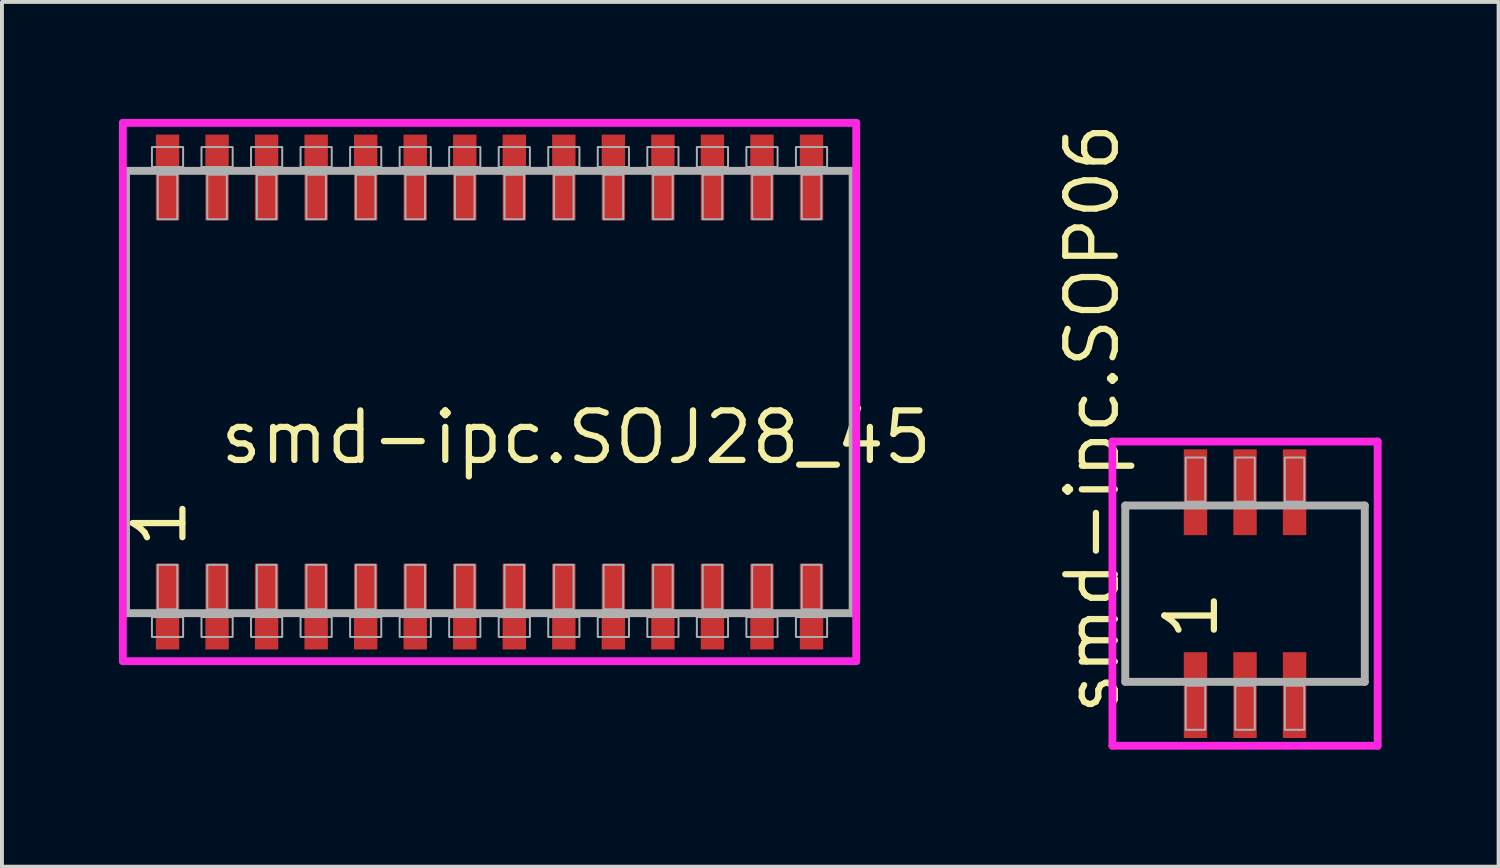
<source format=kicad_pcb>
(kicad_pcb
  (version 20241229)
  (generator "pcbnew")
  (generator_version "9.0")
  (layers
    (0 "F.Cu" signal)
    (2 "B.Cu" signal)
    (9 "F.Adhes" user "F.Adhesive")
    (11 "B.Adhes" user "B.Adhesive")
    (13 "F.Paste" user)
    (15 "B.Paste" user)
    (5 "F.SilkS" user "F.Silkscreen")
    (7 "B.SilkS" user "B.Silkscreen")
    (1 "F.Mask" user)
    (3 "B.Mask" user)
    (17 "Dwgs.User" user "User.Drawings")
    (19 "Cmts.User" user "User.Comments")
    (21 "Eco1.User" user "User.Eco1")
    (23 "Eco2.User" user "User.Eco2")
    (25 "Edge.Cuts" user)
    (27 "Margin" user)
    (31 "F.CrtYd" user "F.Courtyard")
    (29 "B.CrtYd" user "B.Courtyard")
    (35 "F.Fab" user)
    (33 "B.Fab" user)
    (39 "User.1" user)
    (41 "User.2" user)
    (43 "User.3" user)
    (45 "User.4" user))
  (footprint "smd-ipc.SOP06"
    (layer "F.Cu")
    (at 28.869 12.17)
    (property "Reference" "smd-ipc.SOP06" (at -3.175 3.175 90) (layer "F.SilkS") (effects (font (size 1.27 1.27) (thickness 0.16)) (justify left bottom)))
    (attr smd)
    (fp_line (start -3.4 -3.9) (end 3.4 -3.9) (stroke (width 0.2) (type default)) (layer "F.CrtYd"))
    (fp_line (start -3.4 3.9) (end -3.4 -3.9) (stroke (width 0.2) (type default)) (layer "F.CrtYd"))
    (fp_line (start 3.4 -3.9) (end 3.4 3.9) (stroke (width 0.2) (type default)) (layer "F.CrtYd"))
    (fp_line (start 3.4 3.9) (end -3.4 3.9) (stroke (width 0.2) (type default)) (layer "F.CrtYd"))
    (fp_line (start -3.07 -2.26) (end 3.07 -2.26) (stroke (width 0.203) (type default)) (layer "F.Fab"))
    (fp_line (start -3.07 2.26) (end -3.07 -2.26) (stroke (width 0.203) (type default)) (layer "F.Fab"))
    (fp_line (start 3.07 -2.26) (end 3.07 2.26) (stroke (width 0.203) (type default)) (layer "F.Fab"))
    (fp_line (start 3.07 2.26) (end -3.07 2.26) (stroke (width 0.203) (type default)) (layer "F.Fab"))
    (fp_rect (start -1.52 -2.36) (end -1.02 -3.49) (stroke (width 0.05) (type default)) (fill no) (layer "F.Fab"))
    (fp_rect (start -1.52 3.49) (end -1.02 2.36) (stroke (width 0.05) (type default)) (fill no) (layer "F.Fab"))
    (fp_rect (start -0.25 -2.36) (end 0.25 -3.49) (stroke (width 0.05) (type default)) (fill no) (layer "F.Fab"))
    (fp_rect (start -0.25 3.49) (end 0.25 2.36) (stroke (width 0.05) (type default)) (fill no) (layer "F.Fab"))
    (fp_rect (start 1.02 -2.36) (end 1.52 -3.49) (stroke (width 0.05) (type default)) (fill no) (layer "F.Fab"))
    (fp_rect (start 1.02 3.49) (end 1.52 2.36) (stroke (width 0.05) (type default)) (fill no) (layer "F.Fab"))
    (fp_text user "1" (at -0.635 1.27 90) (layer "F.SilkS") (effects (font (size 1.27 1.27) (thickness 0.16)) (justify left bottom)))
    (pad "1" smd roundrect (at -1.27 2.6) (size 0.6 2.2) (layers "F.Cu" "F.Mask" "F.Paste") (roundrect_rratio 0.01))
    (pad "2" smd roundrect (at 0 2.6) (size 0.6 2.2) (layers "F.Cu" "F.Mask" "F.Paste") (roundrect_rratio 0.01))
    (pad "3" smd roundrect (at 1.27 2.6) (size 0.6 2.2) (layers "F.Cu" "F.Mask" "F.Paste") (roundrect_rratio 0.01))
    (pad "4" smd roundrect (at 1.27 -2.6) (size 0.6 2.2) (layers "F.Cu" "F.Mask" "F.Paste") (roundrect_rratio 0.01))
    (pad "5" smd roundrect (at 0 -2.6) (size 0.6 2.2) (layers "F.Cu" "F.Mask" "F.Paste") (roundrect_rratio 0.01))
    (pad "6" smd roundrect (at -1.27 -2.6) (size 0.6 2.2) (layers "F.Cu" "F.Mask" "F.Paste") (roundrect_rratio 0.01)))
  (footprint "smd-ipc.SOJ28_45"
    (layer "F.Cu")
    (at 9.5 7)
    (property "Reference" "smd-ipc.SOJ28_45" (at -6.985 1.905 0) (layer "F.SilkS") (effects (font (size 1.27 1.27) (thickness 0.16)) (justify left bottom)))
    (attr smd)
    (fp_line (start -9.4 -6.9) (end 9.4 -6.9) (stroke (width 0.2) (type default)) (layer "F.CrtYd"))
    (fp_line (start -9.4 6.9) (end -9.4 -6.9) (stroke (width 0.2) (type default)) (layer "F.CrtYd"))
    (fp_line (start 9.4 -6.9) (end 9.4 6.9) (stroke (width 0.2) (type default)) (layer "F.CrtYd"))
    (fp_line (start 9.4 6.9) (end -9.4 6.9) (stroke (width 0.2) (type default)) (layer "F.CrtYd"))
    (fp_line (start -9.32 -5.67) (end 9.31 -5.67) (stroke (width 0.203) (type default)) (layer "F.Fab"))
    (fp_line (start -9.32 5.67) (end -9.32 -5.67) (stroke (width 0.203) (type default)) (layer "F.Fab"))
    (fp_line (start 9.31 -5.67) (end 9.31 5.67) (stroke (width 0.203) (type default)) (layer "F.Fab"))
    (fp_line (start 9.31 5.67) (end -9.32 5.67) (stroke (width 0.203) (type default)) (layer "F.Fab"))
    (fp_rect (start -8.655 -5.77) (end -7.855 -6.28) (stroke (width 0.05) (type default)) (fill no) (layer "F.Fab"))
    (fp_rect (start -8.655 6.28) (end -7.855 5.77) (stroke (width 0.05) (type default)) (fill no) (layer "F.Fab"))
    (fp_rect (start -8.505 -4.43) (end -8.005 -5.57) (stroke (width 0.05) (type default)) (fill no) (layer "F.Fab"))
    (fp_rect (start -8.505 5.57) (end -8.005 4.43) (stroke (width 0.05) (type default)) (fill no) (layer "F.Fab"))
    (fp_rect (start -7.385 -5.77) (end -6.585 -6.28) (stroke (width 0.05) (type default)) (fill no) (layer "F.Fab"))
    (fp_rect (start -7.385 6.28) (end -6.585 5.77) (stroke (width 0.05) (type default)) (fill no) (layer "F.Fab"))
    (fp_rect (start -7.235 -4.43) (end -6.735 -5.57) (stroke (width 0.05) (type default)) (fill no) (layer "F.Fab"))
    (fp_rect (start -7.235 5.57) (end -6.735 4.43) (stroke (width 0.05) (type default)) (fill no) (layer "F.Fab"))
    (fp_rect (start -6.115 -5.77) (end -5.315 -6.28) (stroke (width 0.05) (type default)) (fill no) (layer "F.Fab"))
    (fp_rect (start -6.115 6.28) (end -5.315 5.77) (stroke (width 0.05) (type default)) (fill no) (layer "F.Fab"))
    (fp_rect (start -5.965 -4.43) (end -5.465 -5.57) (stroke (width 0.05) (type default)) (fill no) (layer "F.Fab"))
    (fp_rect (start -5.965 5.57) (end -5.465 4.43) (stroke (width 0.05) (type default)) (fill no) (layer "F.Fab"))
    (fp_rect (start -4.845 -5.77) (end -4.045 -6.28) (stroke (width 0.05) (type default)) (fill no) (layer "F.Fab"))
    (fp_rect (start -4.845 6.28) (end -4.045 5.77) (stroke (width 0.05) (type default)) (fill no) (layer "F.Fab"))
    (fp_rect (start -4.695 -4.43) (end -4.195 -5.57) (stroke (width 0.05) (type default)) (fill no) (layer "F.Fab"))
    (fp_rect (start -4.695 5.57) (end -4.195 4.43) (stroke (width 0.05) (type default)) (fill no) (layer "F.Fab"))
    (fp_rect (start -3.575 -5.77) (end -2.775 -6.28) (stroke (width 0.05) (type default)) (fill no) (layer "F.Fab"))
    (fp_rect (start -3.575 6.28) (end -2.775 5.77) (stroke (width 0.05) (type default)) (fill no) (layer "F.Fab"))
    (fp_rect (start -3.425 -4.43) (end -2.925 -5.57) (stroke (width 0.05) (type default)) (fill no) (layer "F.Fab"))
    (fp_rect (start -3.425 5.57) (end -2.925 4.43) (stroke (width 0.05) (type default)) (fill no) (layer "F.Fab"))
    (fp_rect (start -2.305 -5.77) (end -1.505 -6.28) (stroke (width 0.05) (type default)) (fill no) (layer "F.Fab"))
    (fp_rect (start -2.305 6.28) (end -1.505 5.77) (stroke (width 0.05) (type default)) (fill no) (layer "F.Fab"))
    (fp_rect (start -2.155 -4.43) (end -1.655 -5.57) (stroke (width 0.05) (type default)) (fill no) (layer "F.Fab"))
    (fp_rect (start -2.155 5.57) (end -1.655 4.43) (stroke (width 0.05) (type default)) (fill no) (layer "F.Fab"))
    (fp_rect (start -1.035 -5.77) (end -0.235 -6.28) (stroke (width 0.05) (type default)) (fill no) (layer "F.Fab"))
    (fp_rect (start -1.035 6.28) (end -0.235 5.77) (stroke (width 0.05) (type default)) (fill no) (layer "F.Fab"))
    (fp_rect (start -0.885 -4.43) (end -0.385 -5.57) (stroke (width 0.05) (type default)) (fill no) (layer "F.Fab"))
    (fp_rect (start -0.885 5.57) (end -0.385 4.43) (stroke (width 0.05) (type default)) (fill no) (layer "F.Fab"))
    (fp_rect (start 0.235 -5.77) (end 1.035 -6.28) (stroke (width 0.05) (type default)) (fill no) (layer "F.Fab"))
    (fp_rect (start 0.235 6.28) (end 1.035 5.77) (stroke (width 0.05) (type default)) (fill no) (layer "F.Fab"))
    (fp_rect (start 0.385 -4.43) (end 0.885 -5.57) (stroke (width 0.05) (type default)) (fill no) (layer "F.Fab"))
    (fp_rect (start 0.385 5.57) (end 0.885 4.43) (stroke (width 0.05) (type default)) (fill no) (layer "F.Fab"))
    (fp_rect (start 1.505 -5.77) (end 2.305 -6.28) (stroke (width 0.05) (type default)) (fill no) (layer "F.Fab"))
    (fp_rect (start 1.505 6.28) (end 2.305 5.77) (stroke (width 0.05) (type default)) (fill no) (layer "F.Fab"))
    (fp_rect (start 1.655 -4.43) (end 2.155 -5.57) (stroke (width 0.05) (type default)) (fill no) (layer "F.Fab"))
    (fp_rect (start 1.655 5.57) (end 2.155 4.43) (stroke (width 0.05) (type default)) (fill no) (layer "F.Fab"))
    (fp_rect (start 2.775 -5.77) (end 3.575 -6.28) (stroke (width 0.05) (type default)) (fill no) (layer "F.Fab"))
    (fp_rect (start 2.775 6.28) (end 3.575 5.77) (stroke (width 0.05) (type default)) (fill no) (layer "F.Fab"))
    (fp_rect (start 2.925 -4.43) (end 3.425 -5.57) (stroke (width 0.05) (type default)) (fill no) (layer "F.Fab"))
    (fp_rect (start 2.925 5.57) (end 3.425 4.43) (stroke (width 0.05) (type default)) (fill no) (layer "F.Fab"))
    (fp_rect (start 4.045 -5.77) (end 4.845 -6.28) (stroke (width 0.05) (type default)) (fill no) (layer "F.Fab"))
    (fp_rect (start 4.045 6.28) (end 4.845 5.77) (stroke (width 0.05) (type default)) (fill no) (layer "F.Fab"))
    (fp_rect (start 4.195 -4.43) (end 4.695 -5.57) (stroke (width 0.05) (type default)) (fill no) (layer "F.Fab"))
    (fp_rect (start 4.195 5.57) (end 4.695 4.43) (stroke (width 0.05) (type default)) (fill no) (layer "F.Fab"))
    (fp_rect (start 5.315 -5.77) (end 6.115 -6.28) (stroke (width 0.05) (type default)) (fill no) (layer "F.Fab"))
    (fp_rect (start 5.315 6.28) (end 6.115 5.77) (stroke (width 0.05) (type default)) (fill no) (layer "F.Fab"))
    (fp_rect (start 5.465 -4.43) (end 5.965 -5.57) (stroke (width 0.05) (type default)) (fill no) (layer "F.Fab"))
    (fp_rect (start 5.465 5.57) (end 5.965 4.43) (stroke (width 0.05) (type default)) (fill no) (layer "F.Fab"))
    (fp_rect (start 6.585 -5.77) (end 7.385 -6.28) (stroke (width 0.05) (type default)) (fill no) (layer "F.Fab"))
    (fp_rect (start 6.585 6.28) (end 7.385 5.77) (stroke (width 0.05) (type default)) (fill no) (layer "F.Fab"))
    (fp_rect (start 6.735 -4.43) (end 7.235 -5.57) (stroke (width 0.05) (type default)) (fill no) (layer "F.Fab"))
    (fp_rect (start 6.735 5.57) (end 7.235 4.43) (stroke (width 0.05) (type default)) (fill no) (layer "F.Fab"))
    (fp_rect (start 7.855 -5.77) (end 8.655 -6.28) (stroke (width 0.05) (type default)) (fill no) (layer "F.Fab"))
    (fp_rect (start 7.855 6.28) (end 8.655 5.77) (stroke (width 0.05) (type default)) (fill no) (layer "F.Fab"))
    (fp_rect (start 8.005 -4.43) (end 8.505 -5.57) (stroke (width 0.05) (type default)) (fill no) (layer "F.Fab"))
    (fp_rect (start 8.005 5.57) (end 8.505 4.43) (stroke (width 0.05) (type default)) (fill no) (layer "F.Fab"))
    (fp_text user "1" (at -7.71 4.07 90) (layer "F.SilkS") (effects (font (size 1.27 1.27) (thickness 0.16)) (justify left bottom)))
    (pad "1" smd roundrect (at -8.255 5.5) (size 0.6 2.2) (layers "F.Cu" "F.Mask" "F.Paste") (roundrect_rratio 0.01))
    (pad "2" smd roundrect (at -6.985 5.5) (size 0.6 2.2) (layers "F.Cu" "F.Mask" "F.Paste") (roundrect_rratio 0.01))
    (pad "3" smd roundrect (at -5.715 5.5) (size 0.6 2.2) (layers "F.Cu" "F.Mask" "F.Paste") (roundrect_rratio 0.01))
    (pad "4" smd roundrect (at -4.445 5.5) (size 0.6 2.2) (layers "F.Cu" "F.Mask" "F.Paste") (roundrect_rratio 0.01))
    (pad "5" smd roundrect (at -3.175 5.5) (size 0.6 2.2) (layers "F.Cu" "F.Mask" "F.Paste") (roundrect_rratio 0.01))
    (pad "6" smd roundrect (at -1.905 5.5) (size 0.6 2.2) (layers "F.Cu" "F.Mask" "F.Paste") (roundrect_rratio 0.01))
    (pad "7" smd roundrect (at -0.635 5.5) (size 0.6 2.2) (layers "F.Cu" "F.Mask" "F.Paste") (roundrect_rratio 0.01))
    (pad "8" smd roundrect (at 0.635 5.5) (size 0.6 2.2) (layers "F.Cu" "F.Mask" "F.Paste") (roundrect_rratio 0.01))
    (pad "9" smd roundrect (at 1.905 5.5) (size 0.6 2.2) (layers "F.Cu" "F.Mask" "F.Paste") (roundrect_rratio 0.01))
    (pad "10" smd roundrect (at 3.175 5.5) (size 0.6 2.2) (layers "F.Cu" "F.Mask" "F.Paste") (roundrect_rratio 0.01))
    (pad "11" smd roundrect (at 4.445 5.5) (size 0.6 2.2) (layers "F.Cu" "F.Mask" "F.Paste") (roundrect_rratio 0.01))
    (pad "12" smd roundrect (at 5.715 5.5) (size 0.6 2.2) (layers "F.Cu" "F.Mask" "F.Paste") (roundrect_rratio 0.01))
    (pad "13" smd roundrect (at 6.985 5.5) (size 0.6 2.2) (layers "F.Cu" "F.Mask" "F.Paste") (roundrect_rratio 0.01))
    (pad "14" smd roundrect (at 8.255 5.5) (size 0.6 2.2) (layers "F.Cu" "F.Mask" "F.Paste") (roundrect_rratio 0.01))
    (pad "15" smd roundrect (at 8.255 -5.5) (size 0.6 2.2) (layers "F.Cu" "F.Mask" "F.Paste") (roundrect_rratio 0.01))
    (pad "16" smd roundrect (at 6.985 -5.5) (size 0.6 2.2) (layers "F.Cu" "F.Mask" "F.Paste") (roundrect_rratio 0.01))
    (pad "17" smd roundrect (at 5.715 -5.5) (size 0.6 2.2) (layers "F.Cu" "F.Mask" "F.Paste") (roundrect_rratio 0.01))
    (pad "18" smd roundrect (at 4.445 -5.5) (size 0.6 2.2) (layers "F.Cu" "F.Mask" "F.Paste") (roundrect_rratio 0.01))
    (pad "19" smd roundrect (at 3.175 -5.5) (size 0.6 2.2) (layers "F.Cu" "F.Mask" "F.Paste") (roundrect_rratio 0.01))
    (pad "20" smd roundrect (at 1.905 -5.5) (size 0.6 2.2) (layers "F.Cu" "F.Mask" "F.Paste") (roundrect_rratio 0.01))
    (pad "21" smd roundrect (at 0.635 -5.5) (size 0.6 2.2) (layers "F.Cu" "F.Mask" "F.Paste") (roundrect_rratio 0.01))
    (pad "22" smd roundrect (at -0.635 -5.5) (size 0.6 2.2) (layers "F.Cu" "F.Mask" "F.Paste") (roundrect_rratio 0.01))
    (pad "23" smd roundrect (at -1.905 -5.5) (size 0.6 2.2) (layers "F.Cu" "F.Mask" "F.Paste") (roundrect_rratio 0.01))
    (pad "24" smd roundrect (at -3.175 -5.5) (size 0.6 2.2) (layers "F.Cu" "F.Mask" "F.Paste") (roundrect_rratio 0.01))
    (pad "25" smd roundrect (at -4.445 -5.5) (size 0.6 2.2) (layers "F.Cu" "F.Mask" "F.Paste") (roundrect_rratio 0.01))
    (pad "26" smd roundrect (at -5.715 -5.5) (size 0.6 2.2) (layers "F.Cu" "F.Mask" "F.Paste") (roundrect_rratio 0.01))
    (pad "27" smd roundrect (at -6.985 -5.5) (size 0.6 2.2) (layers "F.Cu" "F.Mask" "F.Paste") (roundrect_rratio 0.01))
    (pad "28" smd roundrect (at -8.255 -5.5) (size 0.6 2.2) (layers "F.Cu" "F.Mask" "F.Paste") (roundrect_rratio 0.01)))
  (gr_rect
    (start -3 -3)
    (end 35.369 19.17)
    (stroke (width 0.1) (type default))
    (fill no)
    (layer "Edge.Cuts")))
</source>
